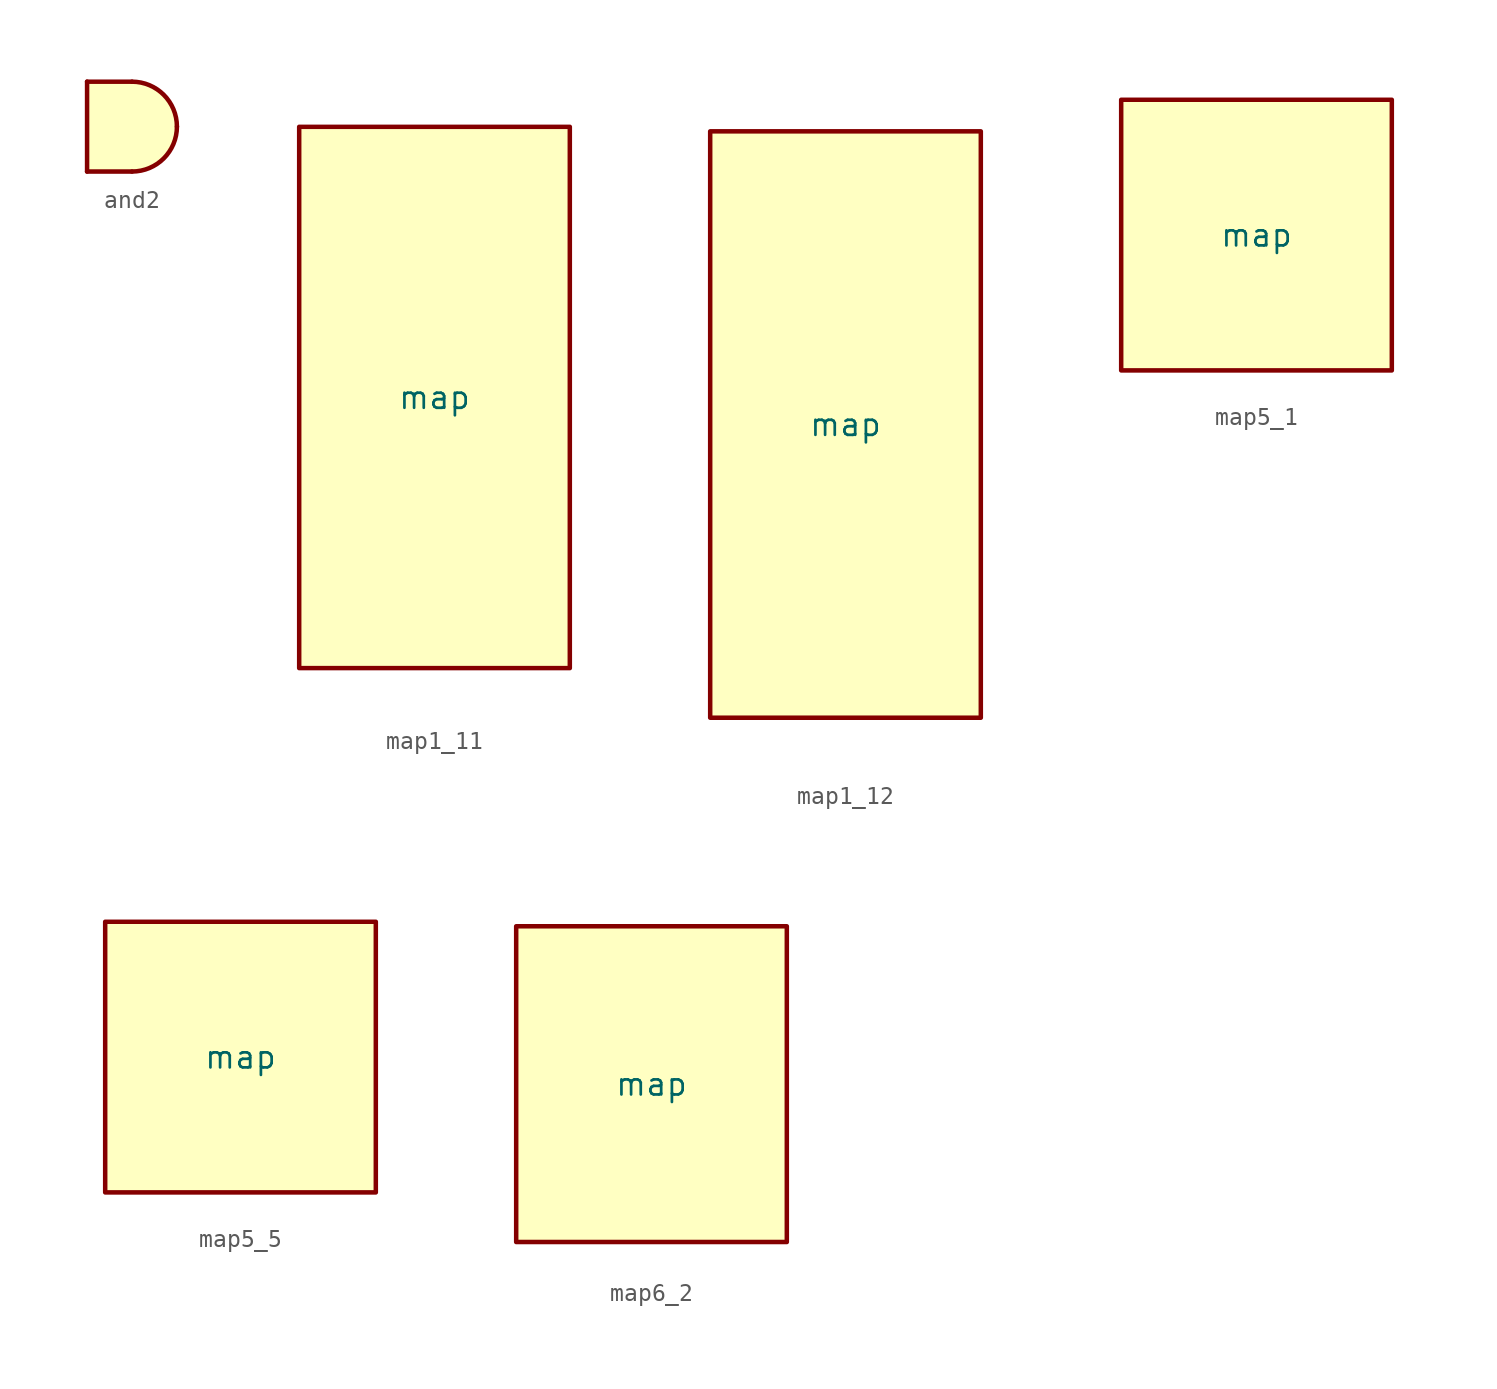
<source format=kicad_sym>
(kicad_symbol_lib
  (version 20231120)
  (generator "kicad_symbol_editor")
  (generator_version "8.0")
  (symbol "and2"
    (property "Reference" "U"
      (at 0 0 0)
      (effects (font (size 1.27 1.27)) (hide yes)))
    (property "Value" ""
      (at 0 0 0)
      (effects (font (size 1.27 1.27))))
    (symbol "and2_1_1"
      (arc (start 0 -2.54) (mid 1.7961 -1.7961) (end 2.54 0) (stroke (width 0.254) (type default)) (fill (type none)))
      (polyline (pts (xy -2.54 2.54) (xy -2.54 -2.54)) (stroke (width 0.254) (type default)) (fill (type none)))
      (polyline (pts (xy 0 -2.54) (xy -2.54 -2.54)) (stroke (width 0.254) (type default)) (fill (type none)))
      (polyline (pts (xy 0 2.54) (xy -2.54 2.54)) (stroke (width 0.254) (type default)) (fill (type none)))
      (polyline (pts (xy -2.54 2.54) (xy 0 2.54) (xy 1.295 2.261) (xy 2.261 1.194) (xy 2.54 0) (xy 2.235 -1.295) (xy 1.27 -2.235) (xy 0 -2.54) (xy -2.54 -2.54) (xy -2.54 -1.524) (xy -2.54 0) (xy -2.54 1.524) (xy -2.54 2.54)) (stroke (width -0.0001) (type default)) (fill (type background)))
      (arc (start 2.54 0) (mid 1.7961 1.7961) (end 0 2.54) (stroke (width 0.254) (type default)) (fill (type none)))
      (pin input line (at -2.54 -1.27 0) (length 0) (name "" (effects (font (size 1.27 1.27)))) (number "" (effects (font (size 1.27 1.27)))))
      (pin input line (at -2.54 1.27 0) (length 0) (name "" (effects (font (size 1.27 1.27)))) (number "" (effects (font (size 1.27 1.27)))))
      (pin output line (at 2.54 0 180) (length 0) (name "" (effects (font (size 1.27 1.27)))) (number "" (effects (font (size 1.27 1.27)))))))
  (symbol "map1_11"
    (property "Reference" "U"
      (at 0 0 0)
      (effects (font (size 1.27 1.27)) (hide yes)))
    (property "Value" "map"
      (at 0 0 0)
      (do_not_autoplace)
      (effects (font (size 1.27 1.27))))
    (symbol "map1_11_1_1"
      (rectangle (start -7.62 15.24) (end 7.62 -15.24) (stroke (width 0.254) (type default)) (fill (type background)))
      (pin input line (at -7.62 0 0) (length 0) (name "" (effects (font (size 1.27 1.27)))) (number "" (effects (font (size 1.27 1.27)))))
      (pin output line (at 7.62 -12.7 180) (length 0) (name "" (effects (font (size 1.27 1.27)))) (number "" (effects (font (size 1.27 1.27)))))
      (pin output line (at 7.62 -10.16 180) (length 0) (name "" (effects (font (size 1.27 1.27)))) (number "" (effects (font (size 1.27 1.27)))))
      (pin output line (at 7.62 -7.62 180) (length 0) (name "" (effects (font (size 1.27 1.27)))) (number "" (effects (font (size 1.27 1.27)))))
      (pin output line (at 7.62 -5.08 180) (length 0) (name "" (effects (font (size 1.27 1.27)))) (number "" (effects (font (size 1.27 1.27)))))
      (pin output line (at 7.62 -2.54 180) (length 0) (name "" (effects (font (size 1.27 1.27)))) (number "" (effects (font (size 1.27 1.27)))))
      (pin output line (at 7.62 0 180) (length 0) (name "" (effects (font (size 1.27 1.27)))) (number "" (effects (font (size 1.27 1.27)))))
      (pin output line (at 7.62 2.54 180) (length 0) (name "" (effects (font (size 1.27 1.27)))) (number "" (effects (font (size 1.27 1.27)))))
      (pin output line (at 7.62 5.08 180) (length 0) (name "" (effects (font (size 1.27 1.27)))) (number "" (effects (font (size 1.27 1.27)))))
      (pin output line (at 7.62 7.62 180) (length 0) (name "" (effects (font (size 1.27 1.27)))) (number "" (effects (font (size 1.27 1.27)))))
      (pin output line (at 7.62 10.16 180) (length 0) (name "" (effects (font (size 1.27 1.27)))) (number "" (effects (font (size 1.27 1.27)))))
      (pin output line (at 7.62 12.7 180) (length 0) (name "" (effects (font (size 1.27 1.27)))) (number "" (effects (font (size 1.27 1.27)))))))
  (symbol "map1_12"
    (property "Reference" "U"
      (at 0 0 0)
      (effects (font (size 1.27 1.27)) (hide yes)))
    (property "Value" "map"
      (at 0 0 0)
      (do_not_autoplace)
      (effects (font (size 1.27 1.27))))
    (symbol "map1_12_1_1"
      (rectangle (start -7.62 16.51) (end 7.62 -16.51) (stroke (width 0.254) (type default)) (fill (type background)))
      (pin input line (at -7.62 0 0) (length 0) (name "" (effects (font (size 1.27 1.27)))) (number "" (effects (font (size 1.27 1.27)))))
      (pin output line (at 7.62 -13.97 180) (length 0) (name "" (effects (font (size 1.27 1.27)))) (number "" (effects (font (size 1.27 1.27)))))
      (pin output line (at 7.62 -11.43 180) (length 0) (name "" (effects (font (size 1.27 1.27)))) (number "" (effects (font (size 1.27 1.27)))))
      (pin output line (at 7.62 -8.89 180) (length 0) (name "" (effects (font (size 1.27 1.27)))) (number "" (effects (font (size 1.27 1.27)))))
      (pin output line (at 7.62 -6.35 180) (length 0) (name "" (effects (font (size 1.27 1.27)))) (number "" (effects (font (size 1.27 1.27)))))
      (pin output line (at 7.62 -3.81 180) (length 0) (name "" (effects (font (size 1.27 1.27)))) (number "" (effects (font (size 1.27 1.27)))))
      (pin output line (at 7.62 -1.27 180) (length 0) (name "" (effects (font (size 1.27 1.27)))) (number "" (effects (font (size 1.27 1.27)))))
      (pin output line (at 7.62 1.27 180) (length 0) (name "" (effects (font (size 1.27 1.27)))) (number "" (effects (font (size 1.27 1.27)))))
      (pin output line (at 7.62 3.81 180) (length 0) (name "" (effects (font (size 1.27 1.27)))) (number "" (effects (font (size 1.27 1.27)))))
      (pin output line (at 7.62 6.35 180) (length 0) (name "" (effects (font (size 1.27 1.27)))) (number "" (effects (font (size 1.27 1.27)))))
      (pin output line (at 7.62 8.89 180) (length 0) (name "" (effects (font (size 1.27 1.27)))) (number "" (effects (font (size 1.27 1.27)))))
      (pin output line (at 7.62 11.43 180) (length 0) (name "" (effects (font (size 1.27 1.27)))) (number "" (effects (font (size 1.27 1.27)))))
      (pin output line (at 7.62 13.97 180) (length 0) (name "" (effects (font (size 1.27 1.27)))) (number "" (effects (font (size 1.27 1.27)))))))
  (symbol "map5_1"
    (property "Reference" "U"
      (at 0 0 0)
      (effects (font (size 1.27 1.27)) (hide yes)))
    (property "Value" "map"
      (at 0 0 0)
      (do_not_autoplace)
      (effects (font (size 1.27 1.27))))
    (symbol "map5_1_1_1"
      (rectangle (start -7.62 7.62) (end 7.62 -7.62) (stroke (width 0.254) (type default)) (fill (type background)))
      (pin input line (at -7.62 -5.08 0) (length 0) (name "" (effects (font (size 1.27 1.27)))) (number "" (effects (font (size 1.27 1.27)))))
      (pin input line (at -7.62 -2.54 0) (length 0) (name "" (effects (font (size 1.27 1.27)))) (number "" (effects (font (size 1.27 1.27)))))
      (pin input line (at -7.62 0 0) (length 0) (name "" (effects (font (size 1.27 1.27)))) (number "" (effects (font (size 1.27 1.27)))))
      (pin input line (at -7.62 2.54 0) (length 0) (name "" (effects (font (size 1.27 1.27)))) (number "" (effects (font (size 1.27 1.27)))))
      (pin input line (at -7.62 5.08 0) (length 0) (name "" (effects (font (size 1.27 1.27)))) (number "" (effects (font (size 1.27 1.27)))))
      (pin output line (at 7.62 0 180) (length 0) (name "" (effects (font (size 1.27 1.27)))) (number "" (effects (font (size 1.27 1.27)))))))
  (symbol "map5_5"
    (property "Reference" "U"
      (at 0 0 0)
      (effects (font (size 1.27 1.27)) (hide yes)))
    (property "Value" "map"
      (at 0 0 0)
      (do_not_autoplace)
      (effects (font (size 1.27 1.27))))
    (symbol "map5_5_1_1"
      (rectangle (start -7.62 7.62) (end 7.62 -7.62) (stroke (width 0.254) (type default)) (fill (type background)))
      (pin input line (at -7.62 -5.08 0) (length 0) (name "" (effects (font (size 1.27 1.27)))) (number "" (effects (font (size 1.27 1.27)))))
      (pin input line (at -7.62 -2.54 0) (length 0) (name "" (effects (font (size 1.27 1.27)))) (number "" (effects (font (size 1.27 1.27)))))
      (pin input line (at -7.62 0 0) (length 0) (name "" (effects (font (size 1.27 1.27)))) (number "" (effects (font (size 1.27 1.27)))))
      (pin input line (at -7.62 2.54 0) (length 0) (name "" (effects (font (size 1.27 1.27)))) (number "" (effects (font (size 1.27 1.27)))))
      (pin input line (at -7.62 5.08 0) (length 0) (name "" (effects (font (size 1.27 1.27)))) (number "" (effects (font (size 1.27 1.27)))))
      (pin output line (at 7.62 -5.08 180) (length 0) (name "" (effects (font (size 1.27 1.27)))) (number "" (effects (font (size 1.27 1.27)))))
      (pin output line (at 7.62 -2.54 180) (length 0) (name "" (effects (font (size 1.27 1.27)))) (number "" (effects (font (size 1.27 1.27)))))
      (pin output line (at 7.62 0 180) (length 0) (name "" (effects (font (size 1.27 1.27)))) (number "" (effects (font (size 1.27 1.27)))))
      (pin output line (at 7.62 2.54 180) (length 0) (name "" (effects (font (size 1.27 1.27)))) (number "" (effects (font (size 1.27 1.27)))))
      (pin output line (at 7.62 5.08 180) (length 0) (name "" (effects (font (size 1.27 1.27)))) (number "" (effects (font (size 1.27 1.27)))))))
  (symbol "map6_2"
    (property "Reference" "U"
      (at 0 0 0)
      (effects (font (size 1.27 1.27)) (hide yes)))
    (property "Value" "map"
      (at 0 0 0)
      (do_not_autoplace)
      (effects (font (size 1.27 1.27))))
    (symbol "map6_2_1_1"
      (rectangle (start -7.62 8.89) (end 7.62 -8.89) (stroke (width 0.254) (type default)) (fill (type background)))
      (pin input line (at -7.62 -6.35 0) (length 0) (name "" (effects (font (size 1.27 1.27)))) (number "" (effects (font (size 1.27 1.27)))))
      (pin input line (at -7.62 -3.81 0) (length 0) (name "" (effects (font (size 1.27 1.27)))) (number "" (effects (font (size 1.27 1.27)))))
      (pin input line (at -7.62 -1.27 0) (length 0) (name "" (effects (font (size 1.27 1.27)))) (number "" (effects (font (size 1.27 1.27)))))
      (pin input line (at -7.62 1.27 0) (length 0) (name "" (effects (font (size 1.27 1.27)))) (number "" (effects (font (size 1.27 1.27)))))
      (pin input line (at -7.62 3.81 0) (length 0) (name "" (effects (font (size 1.27 1.27)))) (number "" (effects (font (size 1.27 1.27)))))
      (pin input line (at -7.62 6.35 0) (length 0) (name "" (effects (font (size 1.27 1.27)))) (number "" (effects (font (size 1.27 1.27)))))
      (pin output line (at 7.62 -1.27 180) (length 0) (name "" (effects (font (size 1.27 1.27)))) (number "" (effects (font (size 1.27 1.27)))))
      (pin output line (at 7.62 1.27 180) (length 0) (name "" (effects (font (size 1.27 1.27)))) (number "" (effects (font (size 1.27 1.27))))))))
</source>
